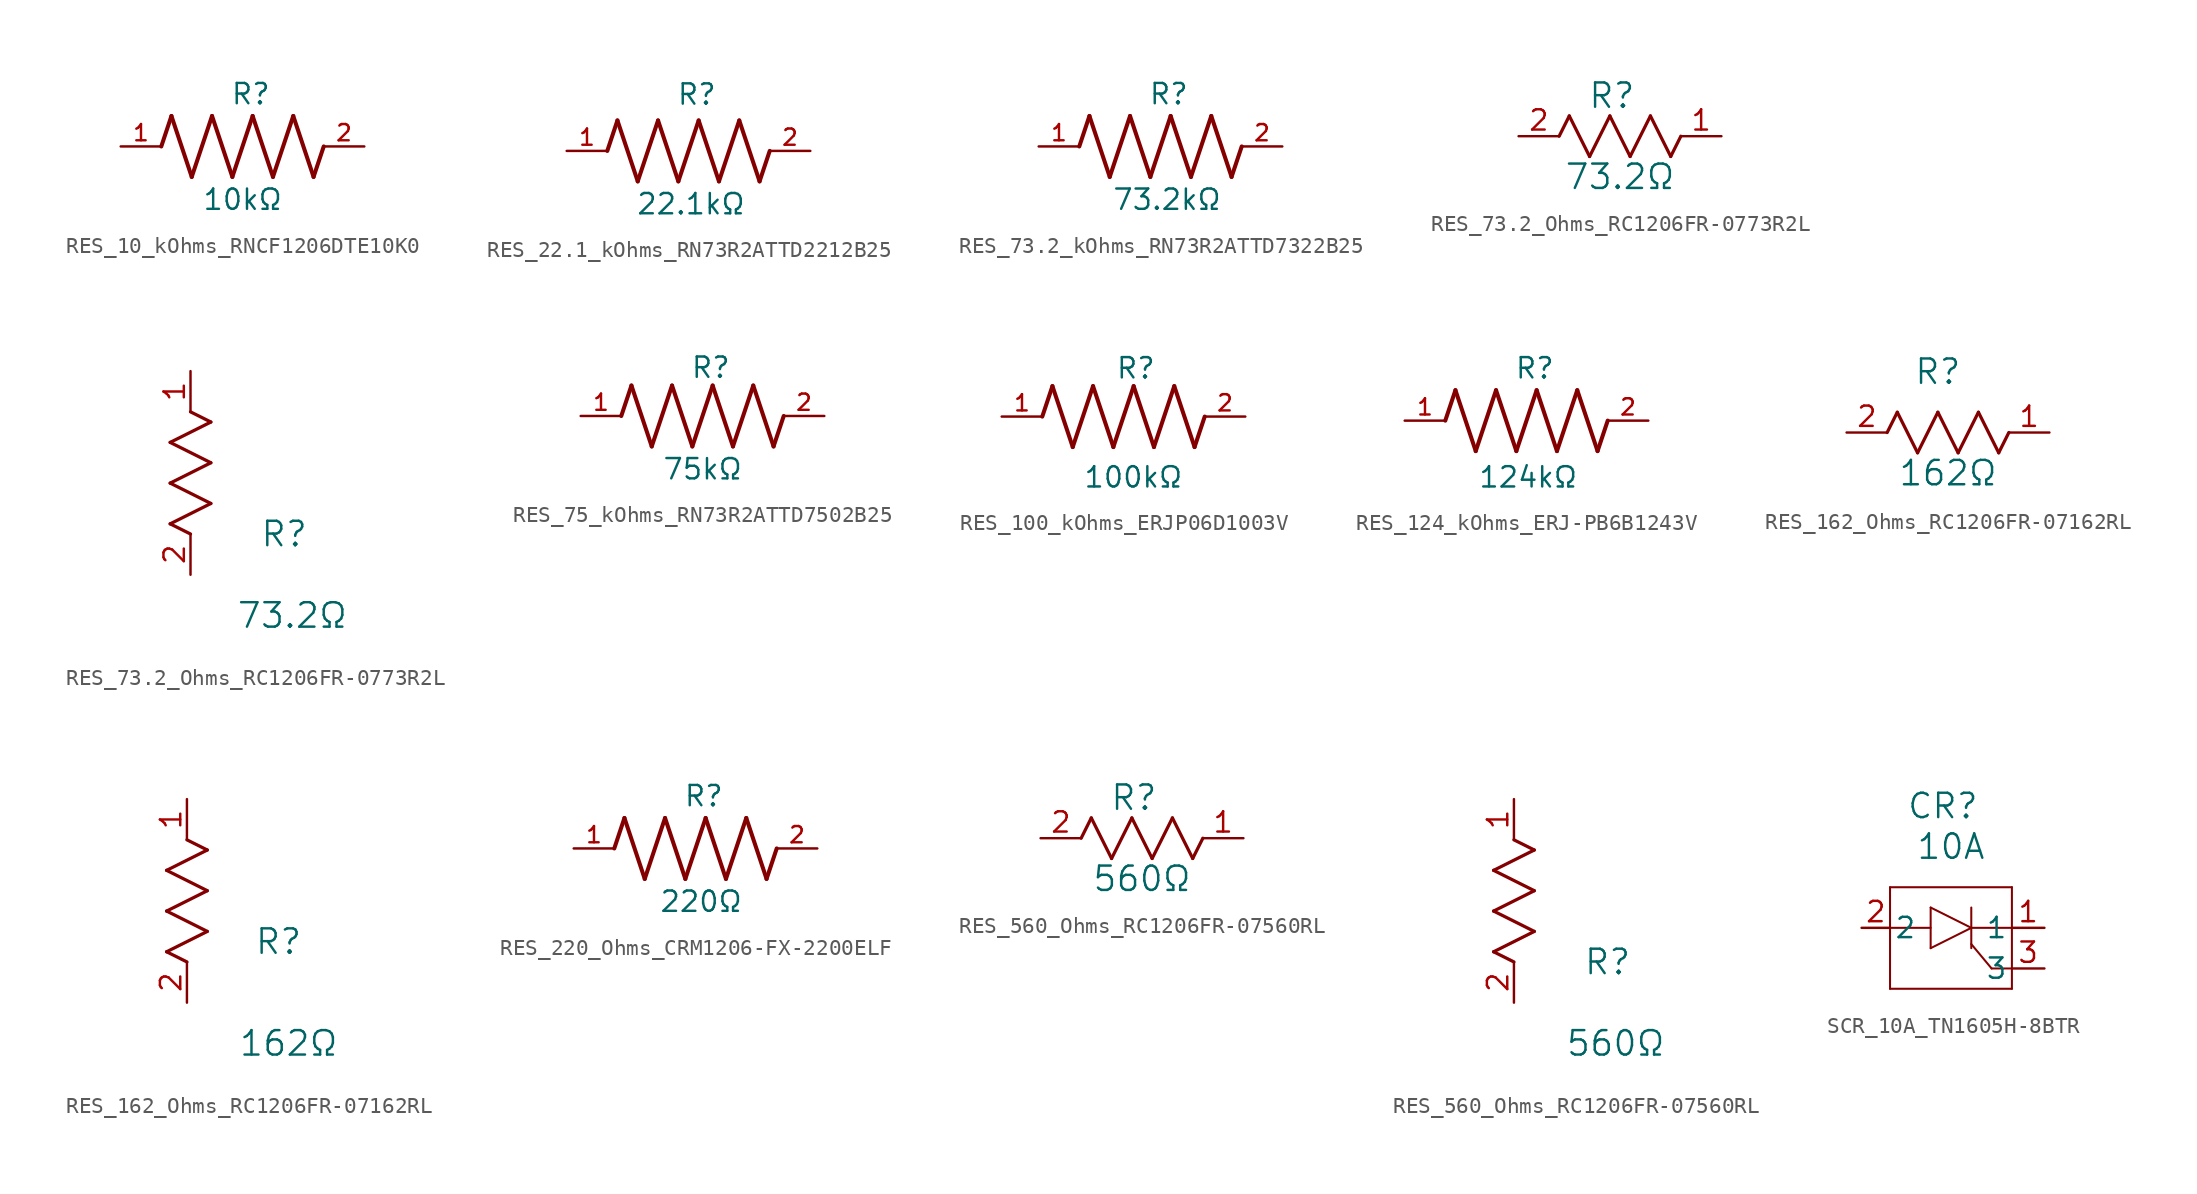
<source format=kicad_sym>
(kicad_symbol_lib
  (version 20231120)
  (generator "kicad_symbol_editor")
  (generator_version "8.0")
  (symbol "RES_10_kOhms_RNCF1206DTE10K0"
    (pin_names
      (offset 1.016))
    (property "Reference" "R"
      (at -0.762 2.54 0)
      (effects (font (size 1.27 1.27)) (justify left bottom)))
    (property "Value" "10kΩ"
      (at -2.54 -4.064 0)
      (effects (font (size 1.27 1.27)) (justify left bottom)))
    (symbol "RES_10_kOhms_RNCF1206DTE10K0_0_0"
      (polyline (pts (xy -5.08 0) (xy -4.445 1.905)) (stroke (width 0.254) (type default)) (fill (type none)))
      (polyline (pts (xy -4.445 1.905) (xy -3.175 -1.905)) (stroke (width 0.254) (type default)) (fill (type none)))
      (polyline (pts (xy -3.175 -1.905) (xy -1.905 1.905)) (stroke (width 0.254) (type default)) (fill (type none)))
      (polyline (pts (xy -1.905 1.905) (xy -0.635 -1.905)) (stroke (width 0.254) (type default)) (fill (type none)))
      (polyline (pts (xy -0.635 -1.905) (xy 0.635 1.905)) (stroke (width 0.254) (type default)) (fill (type none)))
      (polyline (pts (xy 0.635 1.905) (xy 1.905 -1.905)) (stroke (width 0.254) (type default)) (fill (type none)))
      (polyline (pts (xy 1.905 -1.905) (xy 3.175 1.905)) (stroke (width 0.254) (type default)) (fill (type none)))
      (polyline (pts (xy 3.175 1.905) (xy 4.445 -1.905)) (stroke (width 0.254) (type default)) (fill (type none)))
      (polyline (pts (xy 4.445 -1.905) (xy 5.08 0)) (stroke (width 0.254) (type default)) (fill (type none))))
    (symbol "RES_10_kOhms_RNCF1206DTE10K0_1_0"
      (pin passive line (at -7.62 0 0) (length 2.54) (name "~" (effects (font (size 1.016 1.016)))) (number "1" (effects (font (size 1.016 1.016)))))
      (pin passive line (at 7.62 0 180) (length 2.54) (name "~" (effects (font (size 1.016 1.016)))) (number "2" (effects (font (size 1.016 1.016)))))))
  (symbol "RES_22.1_kOhms_RN73R2ATTD2212B25"
    (pin_names
      (offset 1.016))
    (property "Reference" "R"
      (at -0.762 2.794 0)
      (effects (font (size 1.27 1.27)) (justify left bottom)))
    (property "Value" "22.1kΩ"
      (at -3.302 -4.064 0)
      (effects (font (size 1.27 1.27)) (justify left bottom)))
    (symbol "RES_22.1_kOhms_RN73R2ATTD2212B25_0_0"
      (polyline (pts (xy -5.08 0) (xy -4.445 1.905)) (stroke (width 0.254) (type default)) (fill (type none)))
      (polyline (pts (xy -4.445 1.905) (xy -3.175 -1.905)) (stroke (width 0.254) (type default)) (fill (type none)))
      (polyline (pts (xy -3.175 -1.905) (xy -1.905 1.905)) (stroke (width 0.254) (type default)) (fill (type none)))
      (polyline (pts (xy -1.905 1.905) (xy -0.635 -1.905)) (stroke (width 0.254) (type default)) (fill (type none)))
      (polyline (pts (xy -0.635 -1.905) (xy 0.635 1.905)) (stroke (width 0.254) (type default)) (fill (type none)))
      (polyline (pts (xy 0.635 1.905) (xy 1.905 -1.905)) (stroke (width 0.254) (type default)) (fill (type none)))
      (polyline (pts (xy 1.905 -1.905) (xy 3.175 1.905)) (stroke (width 0.254) (type default)) (fill (type none)))
      (polyline (pts (xy 3.175 1.905) (xy 4.445 -1.905)) (stroke (width 0.254) (type default)) (fill (type none)))
      (polyline (pts (xy 4.445 -1.905) (xy 5.08 0)) (stroke (width 0.254) (type default)) (fill (type none))))
    (symbol "RES_22.1_kOhms_RN73R2ATTD2212B25_1_0"
      (pin passive line (at -7.62 0 0) (length 2.54) (name "~" (effects (font (size 1.016 1.016)))) (number "1" (effects (font (size 1.016 1.016)))))
      (pin passive line (at 7.62 0 180) (length 2.54) (name "~" (effects (font (size 1.016 1.016)))) (number "2" (effects (font (size 1.016 1.016)))))))
  (symbol "RES_73.2_kOhms_RN73R2ATTD7322B25"
    (pin_names
      (offset 1.016))
    (property "Reference" "R"
      (at -0.762 2.54 0)
      (effects (font (size 1.27 1.27)) (justify left bottom)))
    (property "Value" "73.2kΩ"
      (at -3.048 -4.064 0)
      (effects (font (size 1.27 1.27)) (justify left bottom)))
    (symbol "RES_73.2_kOhms_RN73R2ATTD7322B25_0_0"
      (polyline (pts (xy -5.08 0) (xy -4.445 1.905)) (stroke (width 0.254) (type default)) (fill (type none)))
      (polyline (pts (xy -4.445 1.905) (xy -3.175 -1.905)) (stroke (width 0.254) (type default)) (fill (type none)))
      (polyline (pts (xy -3.175 -1.905) (xy -1.905 1.905)) (stroke (width 0.254) (type default)) (fill (type none)))
      (polyline (pts (xy -1.905 1.905) (xy -0.635 -1.905)) (stroke (width 0.254) (type default)) (fill (type none)))
      (polyline (pts (xy -0.635 -1.905) (xy 0.635 1.905)) (stroke (width 0.254) (type default)) (fill (type none)))
      (polyline (pts (xy 0.635 1.905) (xy 1.905 -1.905)) (stroke (width 0.254) (type default)) (fill (type none)))
      (polyline (pts (xy 1.905 -1.905) (xy 3.175 1.905)) (stroke (width 0.254) (type default)) (fill (type none)))
      (polyline (pts (xy 3.175 1.905) (xy 4.445 -1.905)) (stroke (width 0.254) (type default)) (fill (type none)))
      (polyline (pts (xy 4.445 -1.905) (xy 5.08 0)) (stroke (width 0.254) (type default)) (fill (type none))))
    (symbol "RES_73.2_kOhms_RN73R2ATTD7322B25_1_0"
      (pin passive line (at -7.62 0 0) (length 2.54) (name "~" (effects (font (size 1.016 1.016)))) (number "1" (effects (font (size 1.016 1.016)))))
      (pin passive line (at 7.62 0 180) (length 2.54) (name "~" (effects (font (size 1.016 1.016)))) (number "2" (effects (font (size 1.016 1.016)))))))
  (symbol "RES_73.2_Ohms_RC1206FR-0773R2L"
    (pin_names
      (offset 0.254))
    (property "Reference" "R"
      (at 5.842 2.54 0)
      (effects (font (size 1.524 1.524))))
    (property "Value" "73.2Ω"
      (at 6.35 -2.54 0)
      (effects (font (size 1.524 1.524))))
    (property "ki_locked" ""
      (at 0 0 0)
      (effects (font (size 1.27 1.27))))
    (symbol "RES_73.2_Ohms_RC1206FR-0773R2L_1_1"
      (polyline (pts (xy 2.54 0) (xy 3.175 1.27)) (stroke (width 0.203) (type default)) (fill (type none)))
      (polyline (pts (xy 3.175 1.27) (xy 4.445 -1.27)) (stroke (width 0.203) (type default)) (fill (type none)))
      (polyline (pts (xy 4.445 -1.27) (xy 5.715 1.27)) (stroke (width 0.203) (type default)) (fill (type none)))
      (polyline (pts (xy 5.715 1.27) (xy 6.985 -1.27)) (stroke (width 0.203) (type default)) (fill (type none)))
      (polyline (pts (xy 6.985 -1.27) (xy 8.255 1.27)) (stroke (width 0.203) (type default)) (fill (type none)))
      (polyline (pts (xy 8.255 1.27) (xy 9.525 -1.27)) (stroke (width 0.203) (type default)) (fill (type none)))
      (polyline (pts (xy 9.525 -1.27) (xy 10.16 0)) (stroke (width 0.203) (type default)) (fill (type none)))
      (pin unspecified line (at 12.7 0 180) (length 2.54) (name "" (effects (font (size 1.27 1.27)))) (number "1" (effects (font (size 1.27 1.27)))))
      (pin unspecified line (at 0 0 0) (length 2.54) (name "" (effects (font (size 1.27 1.27)))) (number "2" (effects (font (size 1.27 1.27))))))
    (symbol "RES_73.2_Ohms_RC1206FR-0773R2L_1_2"
      (polyline (pts (xy -1.27 3.175) (xy 1.27 4.445)) (stroke (width 0.203) (type default)) (fill (type none)))
      (polyline (pts (xy -1.27 5.715) (xy 1.27 6.985)) (stroke (width 0.203) (type default)) (fill (type none)))
      (polyline (pts (xy -1.27 8.255) (xy 1.27 9.525)) (stroke (width 0.203) (type default)) (fill (type none)))
      (polyline (pts (xy 0 2.54) (xy -1.27 3.175)) (stroke (width 0.203) (type default)) (fill (type none)))
      (polyline (pts (xy 1.27 4.445) (xy -1.27 5.715)) (stroke (width 0.203) (type default)) (fill (type none)))
      (polyline (pts (xy 1.27 6.985) (xy -1.27 8.255)) (stroke (width 0.203) (type default)) (fill (type none)))
      (polyline (pts (xy 1.27 9.525) (xy 0 10.16)) (stroke (width 0.203) (type default)) (fill (type none)))
      (pin unspecified line (at 0 12.7 270) (length 2.54) (name "" (effects (font (size 1.27 1.27)))) (number "1" (effects (font (size 1.27 1.27)))))
      (pin unspecified line (at 0 0 90) (length 2.54) (name "" (effects (font (size 1.27 1.27)))) (number "2" (effects (font (size 1.27 1.27)))))))
  (symbol "RES_75_kOhms_RN73R2ATTD7502B25"
    (pin_names
      (offset 1.016))
    (property "Reference" "R"
      (at -0.762 2.286 0)
      (effects (font (size 1.27 1.27)) (justify left bottom)))
    (property "Value" "75kΩ"
      (at -2.54 -4.064 0)
      (effects (font (size 1.27 1.27)) (justify left bottom)))
    (symbol "RES_75_kOhms_RN73R2ATTD7502B25_0_0"
      (polyline (pts (xy -5.08 0) (xy -4.445 1.905)) (stroke (width 0.254) (type default)) (fill (type none)))
      (polyline (pts (xy -4.445 1.905) (xy -3.175 -1.905)) (stroke (width 0.254) (type default)) (fill (type none)))
      (polyline (pts (xy -3.175 -1.905) (xy -1.905 1.905)) (stroke (width 0.254) (type default)) (fill (type none)))
      (polyline (pts (xy -1.905 1.905) (xy -0.635 -1.905)) (stroke (width 0.254) (type default)) (fill (type none)))
      (polyline (pts (xy -0.635 -1.905) (xy 0.635 1.905)) (stroke (width 0.254) (type default)) (fill (type none)))
      (polyline (pts (xy 0.635 1.905) (xy 1.905 -1.905)) (stroke (width 0.254) (type default)) (fill (type none)))
      (polyline (pts (xy 1.905 -1.905) (xy 3.175 1.905)) (stroke (width 0.254) (type default)) (fill (type none)))
      (polyline (pts (xy 3.175 1.905) (xy 4.445 -1.905)) (stroke (width 0.254) (type default)) (fill (type none)))
      (polyline (pts (xy 4.445 -1.905) (xy 5.08 0)) (stroke (width 0.254) (type default)) (fill (type none))))
    (symbol "RES_75_kOhms_RN73R2ATTD7502B25_1_0"
      (pin passive line (at -7.62 0 0) (length 2.54) (name "~" (effects (font (size 1.016 1.016)))) (number "1" (effects (font (size 1.016 1.016)))))
      (pin passive line (at 7.62 0 180) (length 2.54) (name "~" (effects (font (size 1.016 1.016)))) (number "2" (effects (font (size 1.016 1.016)))))))
  (symbol "RES_100_kOhms_ERJP06D1003V"
    (pin_names
      (offset 1.016))
    (property "Reference" "R"
      (at -0.508 2.286 0)
      (effects (font (size 1.27 1.27)) (justify left bottom)))
    (property "Value" "100kΩ"
      (at -2.54 -3.048 0)
      (effects (font (size 1.27 1.27)) (justify left top)))
    (symbol "RES_100_kOhms_ERJP06D1003V_0_0"
      (polyline (pts (xy -5.08 0) (xy -4.445 1.905)) (stroke (width 0.254) (type default)) (fill (type none)))
      (polyline (pts (xy -4.445 1.905) (xy -3.175 -1.905)) (stroke (width 0.254) (type default)) (fill (type none)))
      (polyline (pts (xy -3.175 -1.905) (xy -1.905 1.905)) (stroke (width 0.254) (type default)) (fill (type none)))
      (polyline (pts (xy -1.905 1.905) (xy -0.635 -1.905)) (stroke (width 0.254) (type default)) (fill (type none)))
      (polyline (pts (xy -0.635 -1.905) (xy 0.635 1.905)) (stroke (width 0.254) (type default)) (fill (type none)))
      (polyline (pts (xy 0.635 1.905) (xy 1.905 -1.905)) (stroke (width 0.254) (type default)) (fill (type none)))
      (polyline (pts (xy 1.905 -1.905) (xy 3.175 1.905)) (stroke (width 0.254) (type default)) (fill (type none)))
      (polyline (pts (xy 3.175 1.905) (xy 4.445 -1.905)) (stroke (width 0.254) (type default)) (fill (type none)))
      (polyline (pts (xy 4.445 -1.905) (xy 5.08 0)) (stroke (width 0.254) (type default)) (fill (type none))))
    (symbol "RES_100_kOhms_ERJP06D1003V_1_0"
      (pin passive line (at -7.62 0 0) (length 2.54) (name "~" (effects (font (size 1.016 1.016)))) (number "1" (effects (font (size 1.016 1.016)))))
      (pin passive line (at 7.62 0 180) (length 2.54) (name "~" (effects (font (size 1.016 1.016)))) (number "2" (effects (font (size 1.016 1.016)))))))
  (symbol "RES_124_kOhms_ERJ-PB6B1243V"
    (pin_names
      (offset 1.016))
    (property "Reference" "R"
      (at -0.762 2.54 0)
      (effects (font (size 1.27 1.27)) (justify left bottom)))
    (property "Value" "124kΩ"
      (at -3.048 -2.794 0)
      (effects (font (size 1.27 1.27)) (justify left top)))
    (symbol "RES_124_kOhms_ERJ-PB6B1243V_0_0"
      (polyline (pts (xy -5.08 0) (xy -4.445 1.905)) (stroke (width 0.254) (type default)) (fill (type none)))
      (polyline (pts (xy -4.445 1.905) (xy -3.175 -1.905)) (stroke (width 0.254) (type default)) (fill (type none)))
      (polyline (pts (xy -3.175 -1.905) (xy -1.905 1.905)) (stroke (width 0.254) (type default)) (fill (type none)))
      (polyline (pts (xy -1.905 1.905) (xy -0.635 -1.905)) (stroke (width 0.254) (type default)) (fill (type none)))
      (polyline (pts (xy -0.635 -1.905) (xy 0.635 1.905)) (stroke (width 0.254) (type default)) (fill (type none)))
      (polyline (pts (xy 0.635 1.905) (xy 1.905 -1.905)) (stroke (width 0.254) (type default)) (fill (type none)))
      (polyline (pts (xy 1.905 -1.905) (xy 3.175 1.905)) (stroke (width 0.254) (type default)) (fill (type none)))
      (polyline (pts (xy 3.175 1.905) (xy 4.445 -1.905)) (stroke (width 0.254) (type default)) (fill (type none)))
      (polyline (pts (xy 4.445 -1.905) (xy 5.08 0)) (stroke (width 0.254) (type default)) (fill (type none))))
    (symbol "RES_124_kOhms_ERJ-PB6B1243V_1_0"
      (pin passive line (at -7.62 0 0) (length 2.54) (name "~" (effects (font (size 1.016 1.016)))) (number "1" (effects (font (size 1.016 1.016)))))
      (pin passive line (at 7.62 0 180) (length 2.54) (name "~" (effects (font (size 1.016 1.016)))) (number "2" (effects (font (size 1.016 1.016)))))))
  (symbol "RES_162_Ohms_RC1206FR-07162RL"
    (pin_names
      (offset 0.254))
    (property "Reference" "R"
      (at 5.715 3.81 0)
      (effects (font (size 1.524 1.524))))
    (property "Value" "162Ω"
      (at 6.35 -2.54 0)
      (effects (font (size 1.524 1.524))))
    (property "ki_locked" ""
      (at 0 0 0)
      (effects (font (size 1.27 1.27))))
    (symbol "RES_162_Ohms_RC1206FR-07162RL_1_1"
      (polyline (pts (xy 2.54 0) (xy 3.175 1.27)) (stroke (width 0.203) (type default)) (fill (type none)))
      (polyline (pts (xy 3.175 1.27) (xy 4.445 -1.27)) (stroke (width 0.203) (type default)) (fill (type none)))
      (polyline (pts (xy 4.445 -1.27) (xy 5.715 1.27)) (stroke (width 0.203) (type default)) (fill (type none)))
      (polyline (pts (xy 5.715 1.27) (xy 6.985 -1.27)) (stroke (width 0.203) (type default)) (fill (type none)))
      (polyline (pts (xy 6.985 -1.27) (xy 8.255 1.27)) (stroke (width 0.203) (type default)) (fill (type none)))
      (polyline (pts (xy 8.255 1.27) (xy 9.525 -1.27)) (stroke (width 0.203) (type default)) (fill (type none)))
      (polyline (pts (xy 9.525 -1.27) (xy 10.16 0)) (stroke (width 0.203) (type default)) (fill (type none)))
      (pin unspecified line (at 12.7 0 180) (length 2.54) (name "" (effects (font (size 1.27 1.27)))) (number "1" (effects (font (size 1.27 1.27)))))
      (pin unspecified line (at 0 0 0) (length 2.54) (name "" (effects (font (size 1.27 1.27)))) (number "2" (effects (font (size 1.27 1.27))))))
    (symbol "RES_162_Ohms_RC1206FR-07162RL_1_2"
      (polyline (pts (xy -1.27 3.175) (xy 1.27 4.445)) (stroke (width 0.203) (type default)) (fill (type none)))
      (polyline (pts (xy -1.27 5.715) (xy 1.27 6.985)) (stroke (width 0.203) (type default)) (fill (type none)))
      (polyline (pts (xy -1.27 8.255) (xy 1.27 9.525)) (stroke (width 0.203) (type default)) (fill (type none)))
      (polyline (pts (xy 0 2.54) (xy -1.27 3.175)) (stroke (width 0.203) (type default)) (fill (type none)))
      (polyline (pts (xy 1.27 4.445) (xy -1.27 5.715)) (stroke (width 0.203) (type default)) (fill (type none)))
      (polyline (pts (xy 1.27 6.985) (xy -1.27 8.255)) (stroke (width 0.203) (type default)) (fill (type none)))
      (polyline (pts (xy 1.27 9.525) (xy 0 10.16)) (stroke (width 0.203) (type default)) (fill (type none)))
      (pin unspecified line (at 0 12.7 270) (length 2.54) (name "" (effects (font (size 1.27 1.27)))) (number "1" (effects (font (size 1.27 1.27)))))
      (pin unspecified line (at 0 0 90) (length 2.54) (name "" (effects (font (size 1.27 1.27)))) (number "2" (effects (font (size 1.27 1.27)))))))
  (symbol "RES_220_Ohms_CRM1206-FX-2200ELF"
    (pin_names
      (offset 1.016))
    (property "Reference" "R"
      (at -0.762 2.54 0)
      (effects (font (size 1.27 1.27)) (justify left bottom)))
    (property "Value" "220Ω"
      (at -2.286 -4.064 0)
      (effects (font (size 1.27 1.27)) (justify left bottom)))
    (symbol "RES_220_Ohms_CRM1206-FX-2200ELF_0_0"
      (polyline (pts (xy -5.08 0) (xy -4.445 1.905)) (stroke (width 0.254) (type default)) (fill (type none)))
      (polyline (pts (xy -4.445 1.905) (xy -3.175 -1.905)) (stroke (width 0.254) (type default)) (fill (type none)))
      (polyline (pts (xy -3.175 -1.905) (xy -1.905 1.905)) (stroke (width 0.254) (type default)) (fill (type none)))
      (polyline (pts (xy -1.905 1.905) (xy -0.635 -1.905)) (stroke (width 0.254) (type default)) (fill (type none)))
      (polyline (pts (xy -0.635 -1.905) (xy 0.635 1.905)) (stroke (width 0.254) (type default)) (fill (type none)))
      (polyline (pts (xy 0.635 1.905) (xy 1.905 -1.905)) (stroke (width 0.254) (type default)) (fill (type none)))
      (polyline (pts (xy 1.905 -1.905) (xy 3.175 1.905)) (stroke (width 0.254) (type default)) (fill (type none)))
      (polyline (pts (xy 3.175 1.905) (xy 4.445 -1.905)) (stroke (width 0.254) (type default)) (fill (type none)))
      (polyline (pts (xy 4.445 -1.905) (xy 5.08 0)) (stroke (width 0.254) (type default)) (fill (type none))))
    (symbol "RES_220_Ohms_CRM1206-FX-2200ELF_1_0"
      (pin passive line (at -7.62 0 0) (length 2.54) (name "~" (effects (font (size 1.016 1.016)))) (number "1" (effects (font (size 1.016 1.016)))))
      (pin passive line (at 7.62 0 180) (length 2.54) (name "~" (effects (font (size 1.016 1.016)))) (number "2" (effects (font (size 1.016 1.016)))))))
  (symbol "RES_560_Ohms_RC1206FR-07560RL"
    (pin_names
      (offset 0.254))
    (property "Reference" "R"
      (at 5.842 2.54 0)
      (effects (font (size 1.524 1.524))))
    (property "Value" "560Ω"
      (at 6.35 -2.54 0)
      (effects (font (size 1.524 1.524))))
    (property "ki_locked" ""
      (at 0 0 0)
      (effects (font (size 1.27 1.27))))
    (symbol "RES_560_Ohms_RC1206FR-07560RL_1_1"
      (polyline (pts (xy 2.54 0) (xy 3.175 1.27)) (stroke (width 0.203) (type default)) (fill (type none)))
      (polyline (pts (xy 3.175 1.27) (xy 4.445 -1.27)) (stroke (width 0.203) (type default)) (fill (type none)))
      (polyline (pts (xy 4.445 -1.27) (xy 5.715 1.27)) (stroke (width 0.203) (type default)) (fill (type none)))
      (polyline (pts (xy 5.715 1.27) (xy 6.985 -1.27)) (stroke (width 0.203) (type default)) (fill (type none)))
      (polyline (pts (xy 6.985 -1.27) (xy 8.255 1.27)) (stroke (width 0.203) (type default)) (fill (type none)))
      (polyline (pts (xy 8.255 1.27) (xy 9.525 -1.27)) (stroke (width 0.203) (type default)) (fill (type none)))
      (polyline (pts (xy 9.525 -1.27) (xy 10.16 0)) (stroke (width 0.203) (type default)) (fill (type none)))
      (pin unspecified line (at 12.7 0 180) (length 2.54) (name "" (effects (font (size 1.27 1.27)))) (number "1" (effects (font (size 1.27 1.27)))))
      (pin unspecified line (at 0 0 0) (length 2.54) (name "" (effects (font (size 1.27 1.27)))) (number "2" (effects (font (size 1.27 1.27))))))
    (symbol "RES_560_Ohms_RC1206FR-07560RL_1_2"
      (polyline (pts (xy -1.27 3.175) (xy 1.27 4.445)) (stroke (width 0.203) (type default)) (fill (type none)))
      (polyline (pts (xy -1.27 5.715) (xy 1.27 6.985)) (stroke (width 0.203) (type default)) (fill (type none)))
      (polyline (pts (xy -1.27 8.255) (xy 1.27 9.525)) (stroke (width 0.203) (type default)) (fill (type none)))
      (polyline (pts (xy 0 2.54) (xy -1.27 3.175)) (stroke (width 0.203) (type default)) (fill (type none)))
      (polyline (pts (xy 1.27 4.445) (xy -1.27 5.715)) (stroke (width 0.203) (type default)) (fill (type none)))
      (polyline (pts (xy 1.27 6.985) (xy -1.27 8.255)) (stroke (width 0.203) (type default)) (fill (type none)))
      (polyline (pts (xy 1.27 9.525) (xy 0 10.16)) (stroke (width 0.203) (type default)) (fill (type none)))
      (pin unspecified line (at 0 12.7 270) (length 2.54) (name "" (effects (font (size 1.27 1.27)))) (number "1" (effects (font (size 1.27 1.27)))))
      (pin unspecified line (at 0 0 90) (length 2.54) (name "" (effects (font (size 1.27 1.27)))) (number "2" (effects (font (size 1.27 1.27)))))))
  (symbol "SCR_10A_TN1605H-8BTR"
    (pin_names
      (offset 0.254))
    (property "Reference" "CR"
      (at 0 7.62 0)
      (effects (font (size 1.524 1.524))))
    (property "Value" "10A"
      (at 0.508 5.08 0)
      (effects (font (size 1.524 1.524))))
    (property "ki_locked" ""
      (at 0 0 0)
      (effects (font (size 1.27 1.27))))
    (symbol "SCR_10A_TN1605H-8BTR_0_1"
      (polyline (pts (xy -3.302 -3.81) (xy 4.318 -3.81)) (stroke (width 0.127) (type default)) (fill (type none)))
      (polyline (pts (xy -3.302 0) (xy -0.762 0)) (stroke (width 0.127) (type default)) (fill (type none)))
      (polyline (pts (xy -3.302 2.54) (xy -3.302 -3.81)) (stroke (width 0.127) (type default)) (fill (type none)))
      (polyline (pts (xy -0.762 -1.27) (xy 1.778 0)) (stroke (width 0.127) (type default)) (fill (type none)))
      (polyline (pts (xy -0.762 1.27) (xy -0.762 -1.27)) (stroke (width 0.127) (type default)) (fill (type none)))
      (polyline (pts (xy -0.762 1.27) (xy 1.778 0)) (stroke (width 0.127) (type default)) (fill (type none)))
      (polyline (pts (xy 1.778 0) (xy 4.318 0)) (stroke (width 0.127) (type default)) (fill (type none)))
      (polyline (pts (xy 1.778 1.27) (xy 1.778 -1.27)) (stroke (width 0.127) (type default)) (fill (type none)))
      (polyline (pts (xy 3.048 -2.54) (xy 1.778 -1.016)) (stroke (width 0.127) (type default)) (fill (type none)))
      (polyline (pts (xy 4.318 -3.81) (xy 4.318 2.54)) (stroke (width 0.127) (type default)) (fill (type none)))
      (polyline (pts (xy 4.318 -2.54) (xy 3.048 -2.54)) (stroke (width 0.127) (type default)) (fill (type none)))
      (polyline (pts (xy 4.318 2.54) (xy -3.302 2.54)) (stroke (width 0.127) (type default)) (fill (type none))))
    (symbol "SCR_10A_TN1605H-8BTR_1_1"
      (pin unspecified line (at 6.35 0 180) (length 2.032) (name "1" (effects (font (size 1.27 1.27)))) (number "1" (effects (font (size 1.27 1.27)))))
      (pin unspecified line (at -5.08 0 0) (length 1.778) (name "2" (effects (font (size 1.27 1.27)))) (number "2" (effects (font (size 1.27 1.27)))))
      (pin unspecified line (at 6.35 -2.54 180) (length 2.032) (name "3" (effects (font (size 1.27 1.27)))) (number "3" (effects (font (size 1.27 1.27))))))))
</source>
